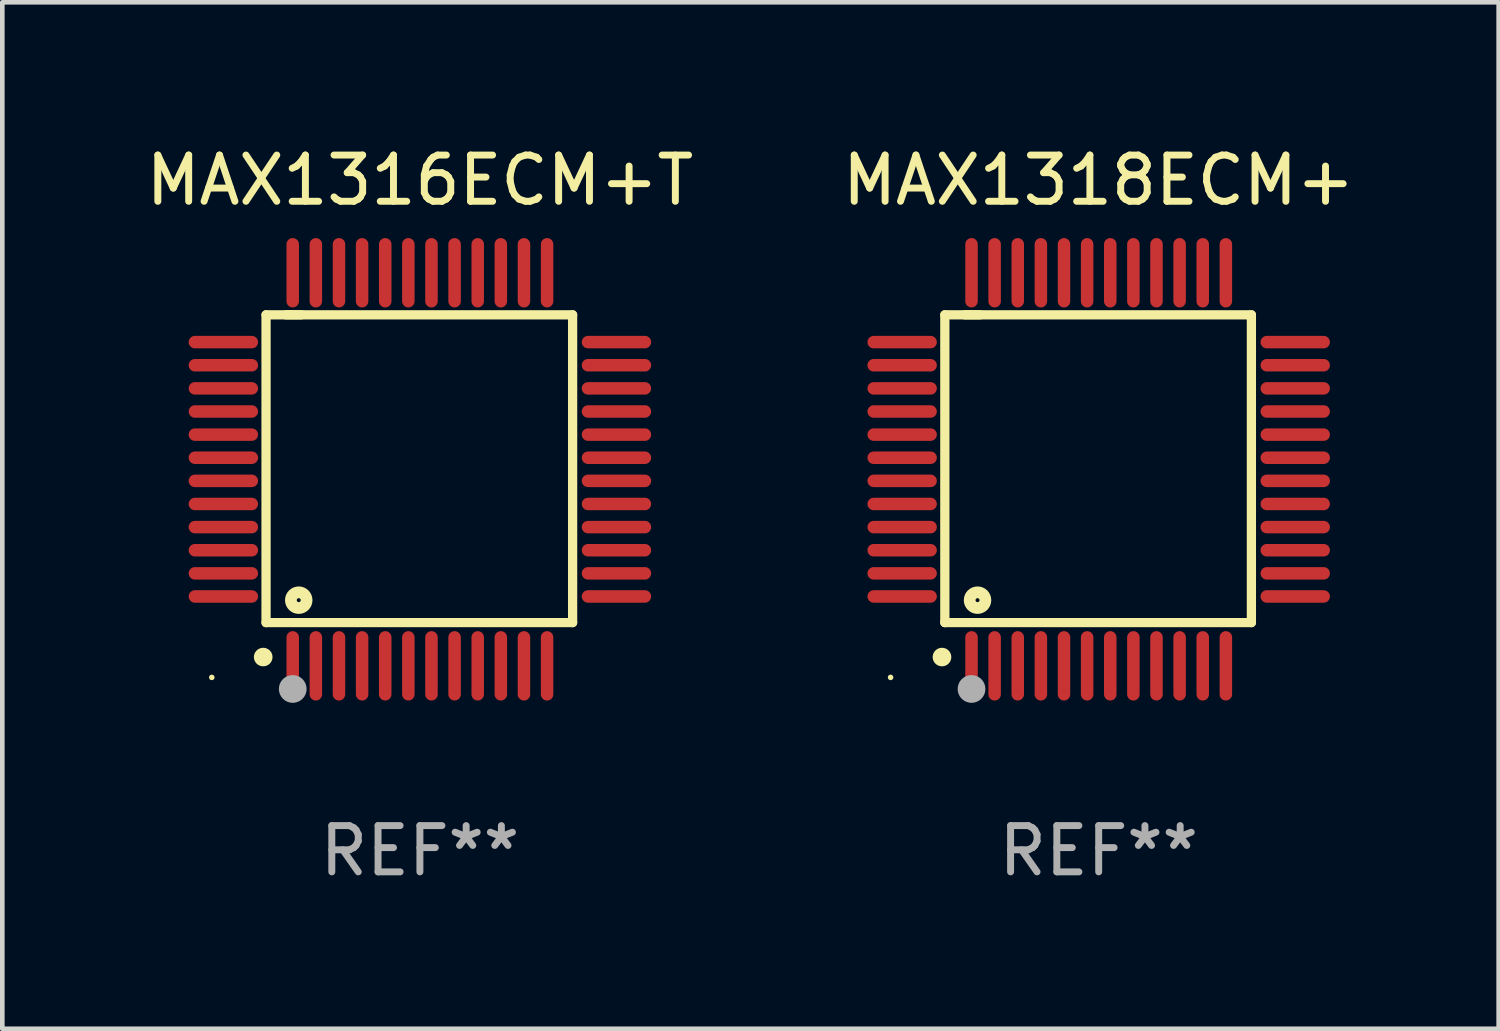
<source format=kicad_pcb>
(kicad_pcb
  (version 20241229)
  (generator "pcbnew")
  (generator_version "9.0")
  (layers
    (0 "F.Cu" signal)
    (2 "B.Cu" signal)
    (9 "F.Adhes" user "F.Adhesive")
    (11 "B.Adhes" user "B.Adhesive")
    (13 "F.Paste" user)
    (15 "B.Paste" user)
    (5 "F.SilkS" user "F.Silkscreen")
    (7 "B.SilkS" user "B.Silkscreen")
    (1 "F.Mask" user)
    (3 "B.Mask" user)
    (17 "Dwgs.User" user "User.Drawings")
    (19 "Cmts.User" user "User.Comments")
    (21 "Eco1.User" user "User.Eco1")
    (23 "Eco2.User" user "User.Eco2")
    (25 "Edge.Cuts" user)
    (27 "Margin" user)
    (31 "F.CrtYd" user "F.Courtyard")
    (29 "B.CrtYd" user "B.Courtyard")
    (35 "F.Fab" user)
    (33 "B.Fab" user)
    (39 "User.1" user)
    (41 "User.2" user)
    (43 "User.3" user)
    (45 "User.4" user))
  (footprint "MAX1316ECM+T"
    (layer "F.Cu")
    (at 6.03 7.098)
    (property "Reference" "MAX1316ECM+T" (at 0 -6.25 0) (layer "F.SilkS") (effects (font (size 1 1) (thickness 0.15))))
    (attr through_hole)
    (fp_line (start -3.327 -3.34) (end -2.565 -3.34) (stroke (width 0.2) (type solid)) (layer "F.SilkS"))
    (fp_line (start -3.327 3.315) (end -3.327 -3.34) (stroke (width 0.2) (type solid)) (layer "F.SilkS"))
    (fp_line (start -2.896 -3.34) (end 3.302 -3.34) (stroke (width 0.2) (type solid)) (layer "F.SilkS"))
    (fp_line (start 3.302 -3.34) (end 3.302 3.315) (stroke (width 0.2) (type solid)) (layer "F.SilkS"))
    (fp_line (start 3.302 3.315) (end -3.327 3.315) (stroke (width 0.2) (type solid)) (layer "F.SilkS"))
    (fp_arc (start -3.389992 4.059995) (mid -3.388722 4.059991) (end -3.387452 4.059995) (stroke (width 0.4) (type solid)) (layer "F.SilkS"))
    (fp_circle (center -4.5 4.5) (end -4.47 4.5) (stroke (width 0.06) (type solid)) (fill no) (layer "F.SilkS"))
    (fp_circle (center -2.62 2.83) (end -2.45 2.83) (stroke (width 0.254) (type solid)) (fill no) (layer "F.SilkS"))
    (fp_circle (center -2.75 4.75) (end -2.6 4.75) (stroke (width 0.3) (type solid)) (fill no) (layer "F.Fab"))
    (fp_text user "REF**" (at 0 8.25 0) (layer "F.Fab") (effects (font (size 1 1) (thickness 0.15))))
    (pad "1" smd oval (at -2.75 4.25) (size 0.27 1.5) (layers "F.Cu" "F.Mask" "F.Paste"))
    (pad "2" smd oval (at -2.25 4.25) (size 0.27 1.5) (layers "F.Cu" "F.Mask" "F.Paste"))
    (pad "3" smd oval (at -1.75 4.25) (size 0.27 1.5) (layers "F.Cu" "F.Mask" "F.Paste"))
    (pad "4" smd oval (at -1.25 4.25) (size 0.27 1.5) (layers "F.Cu" "F.Mask" "F.Paste"))
    (pad "5" smd oval (at -0.75 4.25) (size 0.27 1.5) (layers "F.Cu" "F.Mask" "F.Paste"))
    (pad "6" smd oval (at -0.25 4.25) (size 0.27 1.5) (layers "F.Cu" "F.Mask" "F.Paste"))
    (pad "7" smd oval (at 0.25 4.25) (size 0.27 1.5) (layers "F.Cu" "F.Mask" "F.Paste"))
    (pad "8" smd oval (at 0.75 4.25) (size 0.27 1.5) (layers "F.Cu" "F.Mask" "F.Paste"))
    (pad "9" smd oval (at 1.25 4.25) (size 0.27 1.5) (layers "F.Cu" "F.Mask" "F.Paste"))
    (pad "10" smd oval (at 1.75 4.25) (size 0.27 1.5) (layers "F.Cu" "F.Mask" "F.Paste"))
    (pad "11" smd oval (at 2.25 4.25) (size 0.27 1.5) (layers "F.Cu" "F.Mask" "F.Paste"))
    (pad "12" smd oval (at 2.75 4.25) (size 0.27 1.5) (layers "F.Cu" "F.Mask" "F.Paste"))
    (pad "13" smd oval (at 4.25 2.75) (size 1.5 0.27) (layers "F.Cu" "F.Mask" "F.Paste"))
    (pad "14" smd oval (at 4.25 2.25) (size 1.5 0.27) (layers "F.Cu" "F.Mask" "F.Paste"))
    (pad "15" smd oval (at 4.25 1.75) (size 1.5 0.27) (layers "F.Cu" "F.Mask" "F.Paste"))
    (pad "16" smd oval (at 4.25 1.25) (size 1.5 0.27) (layers "F.Cu" "F.Mask" "F.Paste"))
    (pad "17" smd oval (at 4.25 0.75) (size 1.5 0.27) (layers "F.Cu" "F.Mask" "F.Paste"))
    (pad "18" smd oval (at 4.25 0.25) (size 1.5 0.27) (layers "F.Cu" "F.Mask" "F.Paste"))
    (pad "19" smd oval (at 4.25 -0.25) (size 1.5 0.27) (layers "F.Cu" "F.Mask" "F.Paste"))
    (pad "20" smd oval (at 4.25 -0.75) (size 1.5 0.27) (layers "F.Cu" "F.Mask" "F.Paste"))
    (pad "21" smd oval (at 4.25 -1.25) (size 1.5 0.27) (layers "F.Cu" "F.Mask" "F.Paste"))
    (pad "22" smd oval (at 4.25 -1.75) (size 1.5 0.27) (layers "F.Cu" "F.Mask" "F.Paste"))
    (pad "23" smd oval (at 4.25 -2.25) (size 1.5 0.27) (layers "F.Cu" "F.Mask" "F.Paste"))
    (pad "24" smd oval (at 4.25 -2.75) (size 1.5 0.27) (layers "F.Cu" "F.Mask" "F.Paste"))
    (pad "25" smd oval (at 2.75 -4.25) (size 0.27 1.5) (layers "F.Cu" "F.Mask" "F.Paste"))
    (pad "26" smd oval (at 2.25 -4.25) (size 0.27 1.5) (layers "F.Cu" "F.Mask" "F.Paste"))
    (pad "27" smd oval (at 1.75 -4.25) (size 0.27 1.5) (layers "F.Cu" "F.Mask" "F.Paste"))
    (pad "28" smd oval (at 1.25 -4.25) (size 0.27 1.5) (layers "F.Cu" "F.Mask" "F.Paste"))
    (pad "29" smd oval (at 0.75 -4.25) (size 0.27 1.5) (layers "F.Cu" "F.Mask" "F.Paste"))
    (pad "30" smd oval (at 0.25 -4.25) (size 0.27 1.5) (layers "F.Cu" "F.Mask" "F.Paste"))
    (pad "31" smd oval (at -0.25 -4.25) (size 0.27 1.5) (layers "F.Cu" "F.Mask" "F.Paste"))
    (pad "32" smd oval (at -0.75 -4.25) (size 0.27 1.5) (layers "F.Cu" "F.Mask" "F.Paste"))
    (pad "33" smd oval (at -1.25 -4.25) (size 0.27 1.5) (layers "F.Cu" "F.Mask" "F.Paste"))
    (pad "34" smd oval (at -1.75 -4.25) (size 0.27 1.5) (layers "F.Cu" "F.Mask" "F.Paste"))
    (pad "35" smd oval (at -2.25 -4.25) (size 0.27 1.5) (layers "F.Cu" "F.Mask" "F.Paste"))
    (pad "36" smd oval (at -2.75 -4.25) (size 0.27 1.5) (layers "F.Cu" "F.Mask" "F.Paste"))
    (pad "37" smd oval (at -4.25 -2.75) (size 1.5 0.27) (layers "F.Cu" "F.Mask" "F.Paste"))
    (pad "38" smd oval (at -4.25 -2.25) (size 1.5 0.27) (layers "F.Cu" "F.Mask" "F.Paste"))
    (pad "39" smd oval (at -4.25 -1.75) (size 1.5 0.27) (layers "F.Cu" "F.Mask" "F.Paste"))
    (pad "40" smd oval (at -4.25 -1.25) (size 1.5 0.27) (layers "F.Cu" "F.Mask" "F.Paste"))
    (pad "41" smd oval (at -4.25 -0.75) (size 1.5 0.27) (layers "F.Cu" "F.Mask" "F.Paste"))
    (pad "42" smd oval (at -4.25 -0.25) (size 1.5 0.27) (layers "F.Cu" "F.Mask" "F.Paste"))
    (pad "43" smd oval (at -4.25 0.25) (size 1.5 0.27) (layers "F.Cu" "F.Mask" "F.Paste"))
    (pad "44" smd oval (at -4.25 0.75) (size 1.5 0.27) (layers "F.Cu" "F.Mask" "F.Paste"))
    (pad "45" smd oval (at -4.25 1.25) (size 1.5 0.27) (layers "F.Cu" "F.Mask" "F.Paste"))
    (pad "46" smd oval (at -4.25 1.75) (size 1.5 0.27) (layers "F.Cu" "F.Mask" "F.Paste"))
    (pad "47" smd oval (at -4.25 2.25) (size 1.5 0.27) (layers "F.Cu" "F.Mask" "F.Paste"))
    (pad "48" smd oval (at -4.25 2.75) (size 1.5 0.27) (layers "F.Cu" "F.Mask" "F.Paste")))
  (footprint "MAX1318ECM+"
    (layer "F.Cu")
    (at 20.708 7.098)
    (property "Reference" "MAX1318ECM+" (at 0 -6.25 0) (layer "F.SilkS") (effects (font (size 1 1) (thickness 0.15))))
    (attr through_hole)
    (fp_line (start -3.327 -3.34) (end -2.565 -3.34) (stroke (width 0.2) (type solid)) (layer "F.SilkS"))
    (fp_line (start -3.327 3.315) (end -3.327 -3.34) (stroke (width 0.2) (type solid)) (layer "F.SilkS"))
    (fp_line (start -2.896 -3.34) (end 3.302 -3.34) (stroke (width 0.2) (type solid)) (layer "F.SilkS"))
    (fp_line (start 3.302 -3.34) (end 3.302 3.315) (stroke (width 0.2) (type solid)) (layer "F.SilkS"))
    (fp_line (start 3.302 3.315) (end -3.327 3.315) (stroke (width 0.2) (type solid)) (layer "F.SilkS"))
    (fp_arc (start -3.389992 4.059995) (mid -3.388722 4.059991) (end -3.387452 4.059995) (stroke (width 0.4) (type solid)) (layer "F.SilkS"))
    (fp_circle (center -4.5 4.5) (end -4.47 4.5) (stroke (width 0.06) (type solid)) (fill no) (layer "F.SilkS"))
    (fp_circle (center -2.62 2.83) (end -2.45 2.83) (stroke (width 0.254) (type solid)) (fill no) (layer "F.SilkS"))
    (fp_circle (center -2.75 4.75) (end -2.6 4.75) (stroke (width 0.3) (type solid)) (fill no) (layer "F.Fab"))
    (fp_text user "REF**" (at 0 8.25 0) (layer "F.Fab") (effects (font (size 1 1) (thickness 0.15))))
    (pad "1" smd oval (at -2.75 4.25) (size 0.27 1.5) (layers "F.Cu" "F.Mask" "F.Paste"))
    (pad "2" smd oval (at -2.25 4.25) (size 0.27 1.5) (layers "F.Cu" "F.Mask" "F.Paste"))
    (pad "3" smd oval (at -1.75 4.25) (size 0.27 1.5) (layers "F.Cu" "F.Mask" "F.Paste"))
    (pad "4" smd oval (at -1.25 4.25) (size 0.27 1.5) (layers "F.Cu" "F.Mask" "F.Paste"))
    (pad "5" smd oval (at -0.75 4.25) (size 0.27 1.5) (layers "F.Cu" "F.Mask" "F.Paste"))
    (pad "6" smd oval (at -0.25 4.25) (size 0.27 1.5) (layers "F.Cu" "F.Mask" "F.Paste"))
    (pad "7" smd oval (at 0.25 4.25) (size 0.27 1.5) (layers "F.Cu" "F.Mask" "F.Paste"))
    (pad "8" smd oval (at 0.75 4.25) (size 0.27 1.5) (layers "F.Cu" "F.Mask" "F.Paste"))
    (pad "9" smd oval (at 1.25 4.25) (size 0.27 1.5) (layers "F.Cu" "F.Mask" "F.Paste"))
    (pad "10" smd oval (at 1.75 4.25) (size 0.27 1.5) (layers "F.Cu" "F.Mask" "F.Paste"))
    (pad "11" smd oval (at 2.25 4.25) (size 0.27 1.5) (layers "F.Cu" "F.Mask" "F.Paste"))
    (pad "12" smd oval (at 2.75 4.25) (size 0.27 1.5) (layers "F.Cu" "F.Mask" "F.Paste"))
    (pad "13" smd oval (at 4.25 2.75) (size 1.5 0.27) (layers "F.Cu" "F.Mask" "F.Paste"))
    (pad "14" smd oval (at 4.25 2.25) (size 1.5 0.27) (layers "F.Cu" "F.Mask" "F.Paste"))
    (pad "15" smd oval (at 4.25 1.75) (size 1.5 0.27) (layers "F.Cu" "F.Mask" "F.Paste"))
    (pad "16" smd oval (at 4.25 1.25) (size 1.5 0.27) (layers "F.Cu" "F.Mask" "F.Paste"))
    (pad "17" smd oval (at 4.25 0.75) (size 1.5 0.27) (layers "F.Cu" "F.Mask" "F.Paste"))
    (pad "18" smd oval (at 4.25 0.25) (size 1.5 0.27) (layers "F.Cu" "F.Mask" "F.Paste"))
    (pad "19" smd oval (at 4.25 -0.25) (size 1.5 0.27) (layers "F.Cu" "F.Mask" "F.Paste"))
    (pad "20" smd oval (at 4.25 -0.75) (size 1.5 0.27) (layers "F.Cu" "F.Mask" "F.Paste"))
    (pad "21" smd oval (at 4.25 -1.25) (size 1.5 0.27) (layers "F.Cu" "F.Mask" "F.Paste"))
    (pad "22" smd oval (at 4.25 -1.75) (size 1.5 0.27) (layers "F.Cu" "F.Mask" "F.Paste"))
    (pad "23" smd oval (at 4.25 -2.25) (size 1.5 0.27) (layers "F.Cu" "F.Mask" "F.Paste"))
    (pad "24" smd oval (at 4.25 -2.75) (size 1.5 0.27) (layers "F.Cu" "F.Mask" "F.Paste"))
    (pad "25" smd oval (at 2.75 -4.25) (size 0.27 1.5) (layers "F.Cu" "F.Mask" "F.Paste"))
    (pad "26" smd oval (at 2.25 -4.25) (size 0.27 1.5) (layers "F.Cu" "F.Mask" "F.Paste"))
    (pad "27" smd oval (at 1.75 -4.25) (size 0.27 1.5) (layers "F.Cu" "F.Mask" "F.Paste"))
    (pad "28" smd oval (at 1.25 -4.25) (size 0.27 1.5) (layers "F.Cu" "F.Mask" "F.Paste"))
    (pad "29" smd oval (at 0.75 -4.25) (size 0.27 1.5) (layers "F.Cu" "F.Mask" "F.Paste"))
    (pad "30" smd oval (at 0.25 -4.25) (size 0.27 1.5) (layers "F.Cu" "F.Mask" "F.Paste"))
    (pad "31" smd oval (at -0.25 -4.25) (size 0.27 1.5) (layers "F.Cu" "F.Mask" "F.Paste"))
    (pad "32" smd oval (at -0.75 -4.25) (size 0.27 1.5) (layers "F.Cu" "F.Mask" "F.Paste"))
    (pad "33" smd oval (at -1.25 -4.25) (size 0.27 1.5) (layers "F.Cu" "F.Mask" "F.Paste"))
    (pad "34" smd oval (at -1.75 -4.25) (size 0.27 1.5) (layers "F.Cu" "F.Mask" "F.Paste"))
    (pad "35" smd oval (at -2.25 -4.25) (size 0.27 1.5) (layers "F.Cu" "F.Mask" "F.Paste"))
    (pad "36" smd oval (at -2.75 -4.25) (size 0.27 1.5) (layers "F.Cu" "F.Mask" "F.Paste"))
    (pad "37" smd oval (at -4.25 -2.75) (size 1.5 0.27) (layers "F.Cu" "F.Mask" "F.Paste"))
    (pad "38" smd oval (at -4.25 -2.25) (size 1.5 0.27) (layers "F.Cu" "F.Mask" "F.Paste"))
    (pad "39" smd oval (at -4.25 -1.75) (size 1.5 0.27) (layers "F.Cu" "F.Mask" "F.Paste"))
    (pad "40" smd oval (at -4.25 -1.25) (size 1.5 0.27) (layers "F.Cu" "F.Mask" "F.Paste"))
    (pad "41" smd oval (at -4.25 -0.75) (size 1.5 0.27) (layers "F.Cu" "F.Mask" "F.Paste"))
    (pad "42" smd oval (at -4.25 -0.25) (size 1.5 0.27) (layers "F.Cu" "F.Mask" "F.Paste"))
    (pad "43" smd oval (at -4.25 0.25) (size 1.5 0.27) (layers "F.Cu" "F.Mask" "F.Paste"))
    (pad "44" smd oval (at -4.25 0.75) (size 1.5 0.27) (layers "F.Cu" "F.Mask" "F.Paste"))
    (pad "45" smd oval (at -4.25 1.25) (size 1.5 0.27) (layers "F.Cu" "F.Mask" "F.Paste"))
    (pad "46" smd oval (at -4.25 1.75) (size 1.5 0.27) (layers "F.Cu" "F.Mask" "F.Paste"))
    (pad "47" smd oval (at -4.25 2.25) (size 1.5 0.27) (layers "F.Cu" "F.Mask" "F.Paste"))
    (pad "48" smd oval (at -4.25 2.75) (size 1.5 0.27) (layers "F.Cu" "F.Mask" "F.Paste")))
  (gr_rect
    (start -3 -3)
    (end 29.357 19.196)
    (stroke (width 0.1) (type default))
    (fill no)
    (layer "Edge.Cuts")))
</source>
